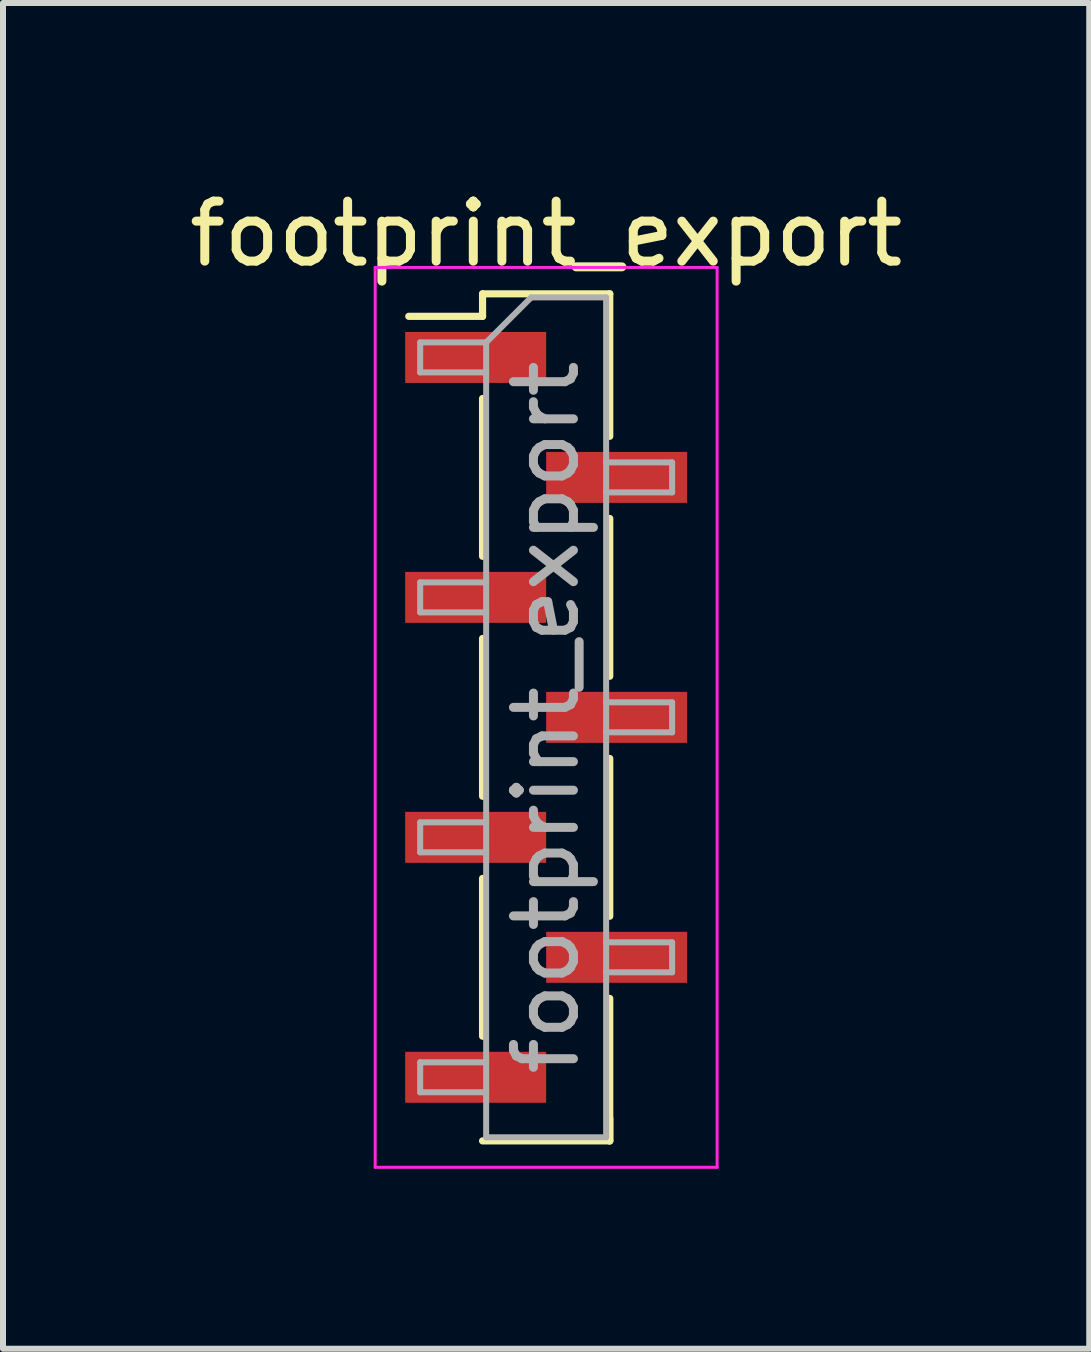
<source format=kicad_pcb>
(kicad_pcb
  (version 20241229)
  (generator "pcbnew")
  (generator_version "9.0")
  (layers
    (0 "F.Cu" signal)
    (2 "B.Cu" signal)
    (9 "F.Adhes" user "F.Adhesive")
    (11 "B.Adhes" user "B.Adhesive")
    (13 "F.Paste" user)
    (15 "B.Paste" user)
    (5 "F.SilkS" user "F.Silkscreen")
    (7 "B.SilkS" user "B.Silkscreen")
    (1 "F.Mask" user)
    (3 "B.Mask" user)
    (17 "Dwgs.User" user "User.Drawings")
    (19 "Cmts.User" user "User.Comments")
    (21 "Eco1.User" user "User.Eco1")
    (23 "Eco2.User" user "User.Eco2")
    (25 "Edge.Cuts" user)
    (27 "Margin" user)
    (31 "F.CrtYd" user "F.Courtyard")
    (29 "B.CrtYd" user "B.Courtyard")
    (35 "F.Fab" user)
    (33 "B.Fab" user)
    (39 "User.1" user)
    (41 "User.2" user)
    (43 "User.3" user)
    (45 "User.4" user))
  (footprint "footprint_export"
    (layer "F.Cu")
    (at 6.054 8.908)
    (property "Reference" "footprint_export" (at 0 -8.06 0) (layer "F.SilkS") (effects (font (size 1 1) (thickness 0.15))))
    (attr smd)
    (fp_line (start -1.06 -7.06) (end -1.06 -6.685) (stroke (width 0.12) (type solid)) (layer "F.SilkS"))
    (fp_line (start -1.06 -7.06) (end 1.06 -7.06) (stroke (width 0.12) (type solid)) (layer "F.SilkS"))
    (fp_line (start -1.06 -6.685) (end -2.29 -6.685) (stroke (width 0.12) (type solid)) (layer "F.SilkS"))
    (fp_line (start -1.06 -5.315) (end -1.06 -2.685) (stroke (width 0.12) (type solid)) (layer "F.SilkS"))
    (fp_line (start -1.06 -1.315) (end -1.06 1.315) (stroke (width 0.12) (type solid)) (layer "F.SilkS"))
    (fp_line (start -1.06 2.685) (end -1.06 5.315) (stroke (width 0.12) (type solid)) (layer "F.SilkS"))
    (fp_line (start -1.06 7.06) (end 1.06 7.06) (stroke (width 0.12) (type solid)) (layer "F.SilkS"))
    (fp_line (start 1.06 -7.06) (end 1.06 -4.685) (stroke (width 0.12) (type solid)) (layer "F.SilkS"))
    (fp_line (start 1.06 -3.315) (end 1.06 -0.685) (stroke (width 0.12) (type solid)) (layer "F.SilkS"))
    (fp_line (start 1.06 0.685) (end 1.06 3.315) (stroke (width 0.12) (type solid)) (layer "F.SilkS"))
    (fp_line (start 1.06 4.685) (end 1.06 7.06) (stroke (width 0.12) (type solid)) (layer "F.SilkS"))
    (fp_line (start 1.06 6.685) (end 1.06 7.06) (stroke (width 0.12) (type solid)) (layer "F.SilkS"))
    (fp_line (start -2.85 -7.5) (end -2.85 7.5) (stroke (width 0.05) (type solid)) (layer "F.CrtYd"))
    (fp_line (start -2.85 7.5) (end 2.85 7.5) (stroke (width 0.05) (type solid)) (layer "F.CrtYd"))
    (fp_line (start 2.85 -7.5) (end -2.85 -7.5) (stroke (width 0.05) (type solid)) (layer "F.CrtYd"))
    (fp_line (start 2.85 7.5) (end 2.85 -7.5) (stroke (width 0.05) (type solid)) (layer "F.CrtYd"))
    (fp_line (start -2.1 -6.25) (end -2.1 -5.75) (stroke (width 0.1) (type solid)) (layer "F.Fab"))
    (fp_line (start -2.1 -5.75) (end -1 -5.75) (stroke (width 0.1) (type solid)) (layer "F.Fab"))
    (fp_line (start -2.1 -2.25) (end -2.1 -1.75) (stroke (width 0.1) (type solid)) (layer "F.Fab"))
    (fp_line (start -2.1 -1.75) (end -1 -1.75) (stroke (width 0.1) (type solid)) (layer "F.Fab"))
    (fp_line (start -2.1 1.75) (end -2.1 2.25) (stroke (width 0.1) (type solid)) (layer "F.Fab"))
    (fp_line (start -2.1 2.25) (end -1 2.25) (stroke (width 0.1) (type solid)) (layer "F.Fab"))
    (fp_line (start -2.1 5.75) (end -2.1 6.25) (stroke (width 0.1) (type solid)) (layer "F.Fab"))
    (fp_line (start -2.1 6.25) (end -1 6.25) (stroke (width 0.1) (type solid)) (layer "F.Fab"))
    (fp_line (start -1 -6.25) (end -2.1 -6.25) (stroke (width 0.1) (type solid)) (layer "F.Fab"))
    (fp_line (start -1 -6.25) (end -0.25 -7) (stroke (width 0.1) (type solid)) (layer "F.Fab"))
    (fp_line (start -1 -2.25) (end -2.1 -2.25) (stroke (width 0.1) (type solid)) (layer "F.Fab"))
    (fp_line (start -1 1.75) (end -2.1 1.75) (stroke (width 0.1) (type solid)) (layer "F.Fab"))
    (fp_line (start -1 5.75) (end -2.1 5.75) (stroke (width 0.1) (type solid)) (layer "F.Fab"))
    (fp_line (start -1 7) (end -1 -6.25) (stroke (width 0.1) (type solid)) (layer "F.Fab"))
    (fp_line (start -0.25 -7) (end 1 -7) (stroke (width 0.1) (type solid)) (layer "F.Fab"))
    (fp_line (start 1 -7) (end 1 7) (stroke (width 0.1) (type solid)) (layer "F.Fab"))
    (fp_line (start 1 -4.25) (end 2.1 -4.25) (stroke (width 0.1) (type solid)) (layer "F.Fab"))
    (fp_line (start 1 -0.25) (end 2.1 -0.25) (stroke (width 0.1) (type solid)) (layer "F.Fab"))
    (fp_line (start 1 3.75) (end 2.1 3.75) (stroke (width 0.1) (type solid)) (layer "F.Fab"))
    (fp_line (start 1 7) (end -1 7) (stroke (width 0.1) (type solid)) (layer "F.Fab"))
    (fp_line (start 2.1 -4.25) (end 2.1 -3.75) (stroke (width 0.1) (type solid)) (layer "F.Fab"))
    (fp_line (start 2.1 -3.75) (end 1 -3.75) (stroke (width 0.1) (type solid)) (layer "F.Fab"))
    (fp_line (start 2.1 -0.25) (end 2.1 0.25) (stroke (width 0.1) (type solid)) (layer "F.Fab"))
    (fp_line (start 2.1 0.25) (end 1 0.25) (stroke (width 0.1) (type solid)) (layer "F.Fab"))
    (fp_line (start 2.1 3.75) (end 2.1 4.25) (stroke (width 0.1) (type solid)) (layer "F.Fab"))
    (fp_line (start 2.1 4.25) (end 1 4.25) (stroke (width 0.1) (type solid)) (layer "F.Fab"))
    (fp_text user "${REFERENCE}" (at 0 0 90) (layer "F.Fab") (effects (font (size 1 1) (thickness 0.15))))
    (pad "1" smd rect (at -1.175 -6) (size 2.35 0.85) (layers "F.Cu" "F.Mask" "F.Paste"))
    (pad "2" smd rect (at 1.175 -4) (size 2.35 0.85) (layers "F.Cu" "F.Mask" "F.Paste"))
    (pad "3" smd rect (at -1.175 -2) (size 2.35 0.85) (layers "F.Cu" "F.Mask" "F.Paste"))
    (pad "4" smd rect (at 1.175 0) (size 2.35 0.85) (layers "F.Cu" "F.Mask" "F.Paste"))
    (pad "5" smd rect (at -1.175 2) (size 2.35 0.85) (layers "F.Cu" "F.Mask" "F.Paste"))
    (pad "6" smd rect (at 1.175 4) (size 2.35 0.85) (layers "F.Cu" "F.Mask" "F.Paste"))
    (pad "7" smd rect (at -1.175 6) (size 2.35 0.85) (layers "F.Cu" "F.Mask" "F.Paste")))
  (gr_rect
    (start -3 -3)
    (end 15.107 19.433)
    (stroke (width 0.1) (type default))
    (fill no)
    (layer "Edge.Cuts")))
</source>
